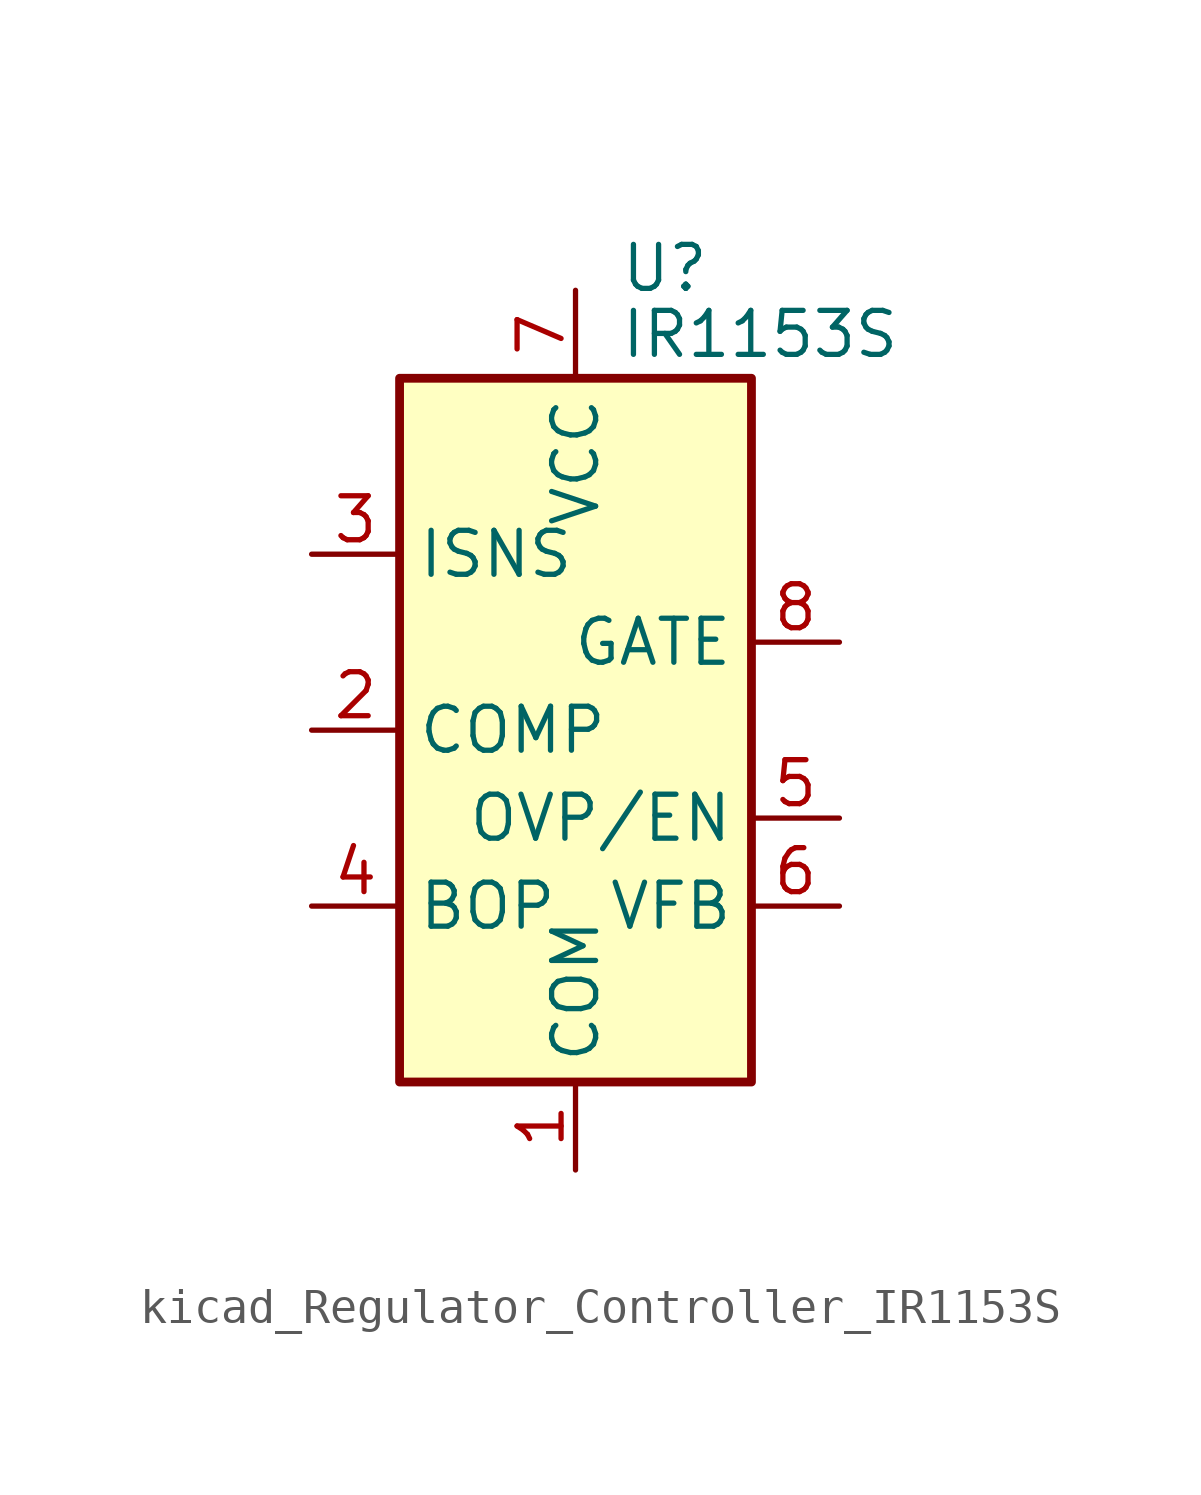
<source format=kicad_sym>
(kicad_symbol_lib
  (version 20220914)
  (generator kicad_symbol_editor)
  (symbol "kicad_Regulator_Controller_IR1153S"
    (property "Reference" "U"
      (at 1.27 13.335 0)
      (effects (font (size 1.27 1.27)) (justify left)))
    (property "Value" "IR1153S"
      (at 1.27 11.43 0)
      (effects (font (size 1.27 1.27)) (justify left)))
    (symbol "kicad_Regulator_Controller_IR1153S_0_1"
      (rectangle (start -5.08 -10.16) (end 5.08 10.16) (stroke (width 0.254) (type default)) (fill (type background))))
    (symbol "kicad_Regulator_Controller_IR1153S_1_1"
      (pin power_in line (at 0 -12.7 90) (length 2.54) (name "COM" (effects (font (size 1.27 1.27)))) (number "1" (effects (font (size 1.27 1.27)))))
      (pin output line (at -7.62 0 0) (length 2.54) (name "COMP" (effects (font (size 1.27 1.27)))) (number "2" (effects (font (size 1.27 1.27)))))
      (pin passive line (at -7.62 5.08 0) (length 2.54) (name "ISNS" (effects (font (size 1.27 1.27)))) (number "3" (effects (font (size 1.27 1.27)))))
      (pin input line (at -7.62 -5.08 0) (length 2.54) (name "BOP" (effects (font (size 1.27 1.27)))) (number "4" (effects (font (size 1.27 1.27)))))
      (pin input line (at 7.62 -2.54 180) (length 2.54) (name "OVP/EN" (effects (font (size 1.27 1.27)))) (number "5" (effects (font (size 1.27 1.27)))))
      (pin input line (at 7.62 -5.08 180) (length 2.54) (name "VFB" (effects (font (size 1.27 1.27)))) (number "6" (effects (font (size 1.27 1.27)))))
      (pin power_in line (at 0 12.7 270) (length 2.54) (name "VCC" (effects (font (size 1.27 1.27)))) (number "7" (effects (font (size 1.27 1.27)))))
      (pin output line (at 7.62 2.54 180) (length 2.54) (name "GATE" (effects (font (size 1.27 1.27)))) (number "8" (effects (font (size 1.27 1.27))))))))
</source>
